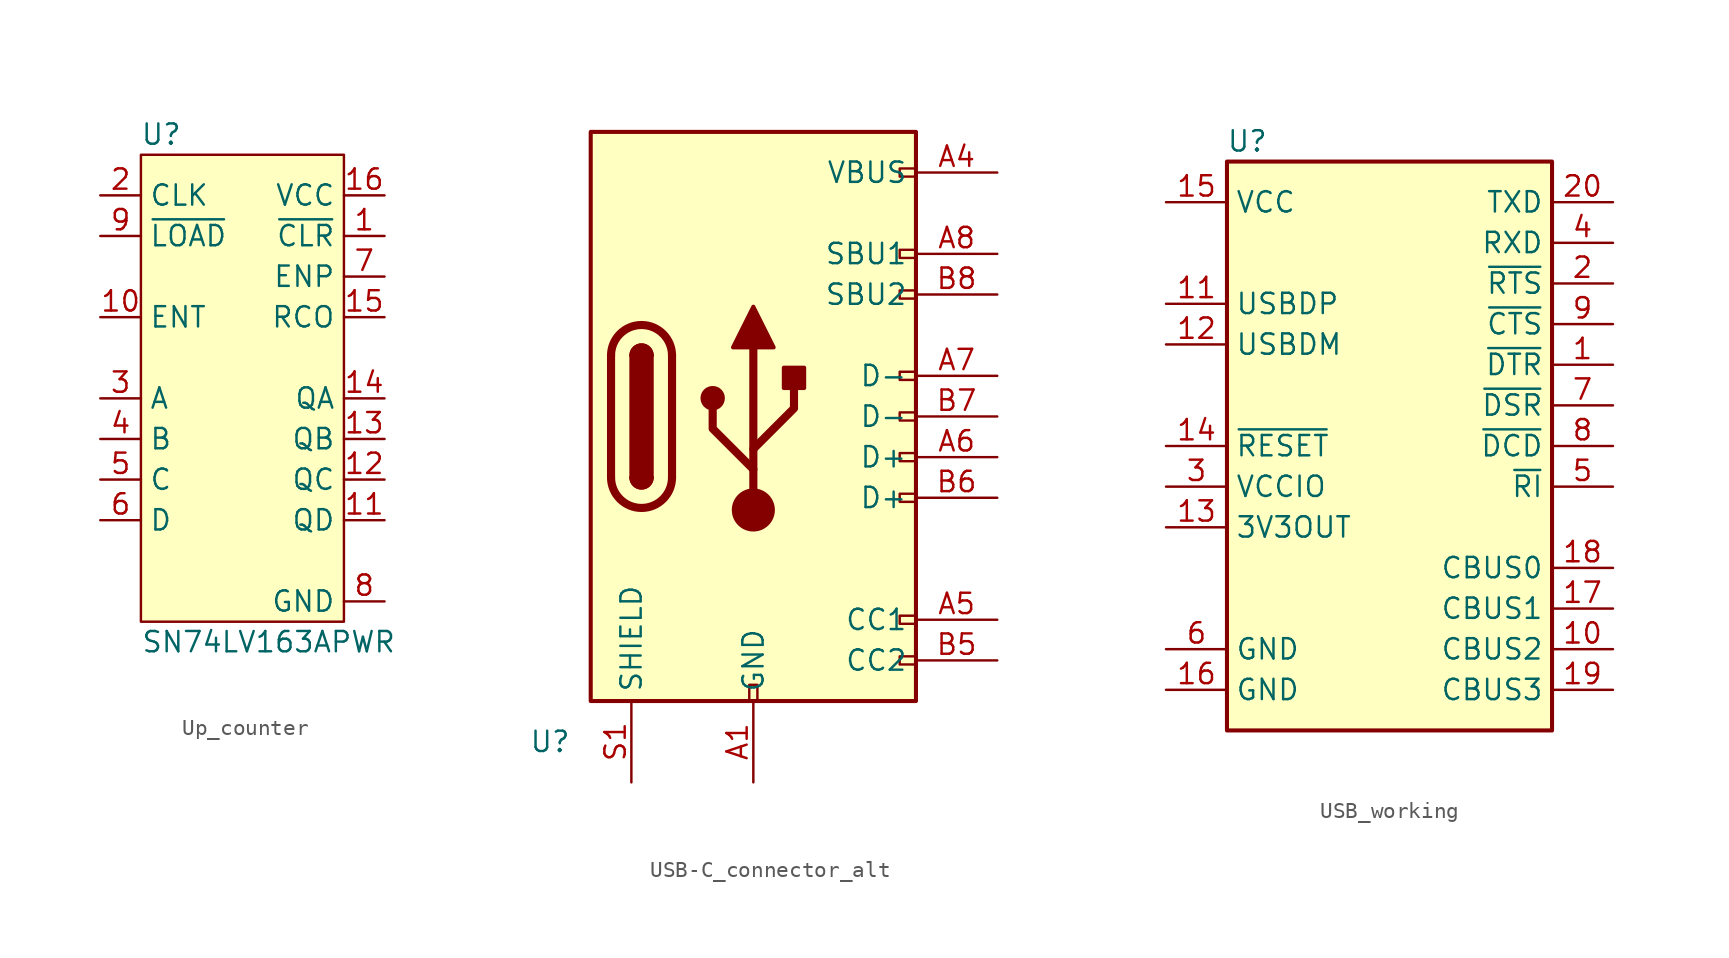
<source format=kicad_sym>
(kicad_symbol_lib
  (version 20220914)
  (generator kicad_symbol_editor)
  (symbol "Up_counter"
    (property "Reference" "U"
      (at 1.27 30.48 0)
      (effects (font (size 1.27 1.27))))
    (property "Value" "SN74LV163APWR"
      (at 0 -1.27 0)
      (effects (font (size 1.27 1.27)) (justify left)))
    (symbol "Up_counter_1_1"
      (rectangle (start 0 29.21) (end 12.7 0) (stroke (width 0) (type default)) (fill (type background)))
      (pin input line (at 15.24 24.13 180) (length 2.54) (name "~{CLR}" (effects (font (size 1.27 1.27)))) (number "1" (effects (font (size 1.27 1.27)))))
      (pin input line (at -2.54 19.05 0) (length 2.54) (name "ENT" (effects (font (size 1.27 1.27)))) (number "10" (effects (font (size 1.27 1.27)))))
      (pin input line (at 15.24 6.35 180) (length 2.54) (name "QD" (effects (font (size 1.27 1.27)))) (number "11" (effects (font (size 1.27 1.27)))))
      (pin input line (at 15.24 8.89 180) (length 2.54) (name "QC" (effects (font (size 1.27 1.27)))) (number "12" (effects (font (size 1.27 1.27)))))
      (pin input line (at 15.24 11.43 180) (length 2.54) (name "QB" (effects (font (size 1.27 1.27)))) (number "13" (effects (font (size 1.27 1.27)))))
      (pin input line (at 15.24 13.97 180) (length 2.54) (name "QA" (effects (font (size 1.27 1.27)))) (number "14" (effects (font (size 1.27 1.27)))))
      (pin input line (at 15.24 19.05 180) (length 2.54) (name "RCO" (effects (font (size 1.27 1.27)))) (number "15" (effects (font (size 1.27 1.27)))))
      (pin input line (at 15.24 26.67 180) (length 2.54) (name "VCC" (effects (font (size 1.27 1.27)))) (number "16" (effects (font (size 1.27 1.27)))))
      (pin input line (at -2.54 26.67 0) (length 2.54) (name "CLK" (effects (font (size 1.27 1.27)))) (number "2" (effects (font (size 1.27 1.27)))))
      (pin input line (at -2.54 13.97 0) (length 2.54) (name "A" (effects (font (size 1.27 1.27)))) (number "3" (effects (font (size 1.27 1.27)))))
      (pin input line (at -2.54 11.43 0) (length 2.54) (name "B" (effects (font (size 1.27 1.27)))) (number "4" (effects (font (size 1.27 1.27)))))
      (pin input line (at -2.54 8.89 0) (length 2.54) (name "C" (effects (font (size 1.27 1.27)))) (number "5" (effects (font (size 1.27 1.27)))))
      (pin input line (at -2.54 6.35 0) (length 2.54) (name "D" (effects (font (size 1.27 1.27)))) (number "6" (effects (font (size 1.27 1.27)))))
      (pin input line (at 15.24 21.59 180) (length 2.54) (name "ENP" (effects (font (size 1.27 1.27)))) (number "7" (effects (font (size 1.27 1.27)))))
      (pin input line (at 15.24 1.27 180) (length 2.54) (name "GND" (effects (font (size 1.27 1.27)))) (number "8" (effects (font (size 1.27 1.27)))))
      (pin input line (at -2.54 24.13 0) (length 2.54) (name "~{LOAD}" (effects (font (size 1.27 1.27)))) (number "9" (effects (font (size 1.27 1.27)))))))
  (symbol "USB-C_connector_alt"
    (property "Reference" "U"
      (at -2.54 -2.54 0)
      (effects (font (size 1.27 1.27))))
    (property "Value" ""
      (at 0 0 0)
      (effects (font (size 1.27 1.27))))
    (symbol "USB-C_connector_alt_0_0"
      (rectangle (start 9.906 0) (end 10.414 1.016) (stroke (width 0) (type default)) (fill (type none)))
      (rectangle (start 20.32 2.794) (end 19.304 2.286) (stroke (width 0) (type default)) (fill (type none)))
      (rectangle (start 20.32 5.334) (end 19.304 4.826) (stroke (width 0) (type default)) (fill (type none)))
      (rectangle (start 20.32 12.954) (end 19.304 12.446) (stroke (width 0) (type default)) (fill (type none)))
      (rectangle (start 20.32 15.494) (end 19.304 14.986) (stroke (width 0) (type default)) (fill (type none)))
      (rectangle (start 20.32 18.034) (end 19.304 17.526) (stroke (width 0) (type default)) (fill (type none)))
      (rectangle (start 20.32 20.574) (end 19.304 20.066) (stroke (width 0) (type default)) (fill (type none)))
      (rectangle (start 20.32 25.654) (end 19.304 25.146) (stroke (width 0) (type default)) (fill (type none)))
      (rectangle (start 20.32 28.194) (end 19.304 27.686) (stroke (width 0) (type default)) (fill (type none)))
      (rectangle (start 20.32 33.274) (end 19.304 32.766) (stroke (width 0) (type default)) (fill (type none))))
    (symbol "USB-C_connector_alt_0_1"
      (polyline (pts (xy 1.27 13.97) (xy 1.27 21.59)) (stroke (width 0.508) (type default)) (fill (type none)))
      (polyline (pts (xy 5.08 21.59) (xy 5.08 13.97)) (stroke (width 0.508) (type default)) (fill (type none)))
      (polyline (pts (xy 10.16 11.938) (xy 10.16 22.098)) (stroke (width 0.508) (type default)) (fill (type none)))
      (polyline (pts (xy 10.16 14.478) (xy 7.62 17.018) (xy 7.62 18.288)) (stroke (width 0.508) (type default)) (fill (type none)))
      (polyline (pts (xy 10.16 15.748) (xy 12.7 18.288) (xy 12.7 19.558)) (stroke (width 0.508) (type default)) (fill (type none)))
      (polyline (pts (xy 8.89 22.098) (xy 10.16 24.638) (xy 11.43 22.098) (xy 8.89 22.098)) (stroke (width 0.254) (type default)) (fill (type outline)))
      (rectangle (start 0 35.56) (end 20.32 0) (stroke (width 0.254) (type default)) (fill (type background)))
      (arc (start 1.27 13.97) (mid 3.175 12.0733) (end 5.08 13.97) (stroke (width 0.508) (type default)) (fill (type none)))
      (arc (start 2.54 13.97) (mid 3.175 13.3377) (end 3.81 13.97) (stroke (width 0.254) (type default)) (fill (type none)))
      (arc (start 2.54 13.97) (mid 3.175 13.3377) (end 3.81 13.97) (stroke (width 0.254) (type default)) (fill (type outline)))
      (rectangle (start 2.54 13.97) (end 3.81 21.59) (stroke (width 0.254) (type default)) (fill (type outline)))
      (arc (start 3.81 21.59) (mid 3.175 22.2223) (end 2.54 21.59) (stroke (width 0.254) (type default)) (fill (type none)))
      (arc (start 3.81 21.59) (mid 3.175 22.2223) (end 2.54 21.59) (stroke (width 0.254) (type default)) (fill (type outline)))
      (arc (start 5.08 21.59) (mid 3.175 23.4867) (end 1.27 21.59) (stroke (width 0.508) (type default)) (fill (type none)))
      (circle (center 7.62 18.923) (radius 0.635) (stroke (width 0.254) (type default)) (fill (type outline)))
      (circle (center 10.16 11.938) (radius 1.27) (stroke (width 0) (type default)) (fill (type outline)))
      (rectangle (start 12.065 19.558) (end 13.335 20.828) (stroke (width 0.254) (type default)) (fill (type outline))))
    (symbol "USB-C_connector_alt_1_1"
      (pin passive line (at 10.16 -5.08 90) (length 5.08) (name "GND" (effects (font (size 1.27 1.27)))) (number "A1" (effects (font (size 1.27 1.27)))))
      (pin passive line (at 10.16 -5.08 90) (length 5.08) hide (name "GND" (effects (font (size 1.27 1.27)))) (number "A12" (effects (font (size 1.27 1.27)))))
      (pin passive line (at 25.4 33.02 180) (length 5.08) (name "VBUS" (effects (font (size 1.27 1.27)))) (number "A4" (effects (font (size 1.27 1.27)))))
      (pin bidirectional line (at 25.4 5.08 180) (length 5.08) (name "CC1" (effects (font (size 1.27 1.27)))) (number "A5" (effects (font (size 1.27 1.27)))))
      (pin bidirectional line (at 25.4 15.24 180) (length 5.08) (name "D+" (effects (font (size 1.27 1.27)))) (number "A6" (effects (font (size 1.27 1.27)))))
      (pin bidirectional line (at 25.4 20.32 180) (length 5.08) (name "D-" (effects (font (size 1.27 1.27)))) (number "A7" (effects (font (size 1.27 1.27)))))
      (pin bidirectional line (at 25.4 27.94 180) (length 5.08) (name "SBU1" (effects (font (size 1.27 1.27)))) (number "A8" (effects (font (size 1.27 1.27)))))
      (pin passive line (at 25.4 33.02 180) (length 5.08) hide (name "VBUS" (effects (font (size 1.27 1.27)))) (number "A9" (effects (font (size 1.27 1.27)))))
      (pin passive line (at 10.16 -5.08 90) (length 5.08) hide (name "GND" (effects (font (size 1.27 1.27)))) (number "B1" (effects (font (size 1.27 1.27)))))
      (pin passive line (at 10.16 -5.08 90) (length 5.08) hide (name "GND" (effects (font (size 1.27 1.27)))) (number "B12" (effects (font (size 1.27 1.27)))))
      (pin passive line (at 25.4 33.02 180) (length 5.08) hide (name "VBUS" (effects (font (size 1.27 1.27)))) (number "B4" (effects (font (size 1.27 1.27)))))
      (pin bidirectional line (at 25.4 2.54 180) (length 5.08) (name "CC2" (effects (font (size 1.27 1.27)))) (number "B5" (effects (font (size 1.27 1.27)))))
      (pin bidirectional line (at 25.4 12.7 180) (length 5.08) (name "D+" (effects (font (size 1.27 1.27)))) (number "B6" (effects (font (size 1.27 1.27)))))
      (pin bidirectional line (at 25.4 17.78 180) (length 5.08) (name "D-" (effects (font (size 1.27 1.27)))) (number "B7" (effects (font (size 1.27 1.27)))))
      (pin bidirectional line (at 25.4 25.4 180) (length 5.08) (name "SBU2" (effects (font (size 1.27 1.27)))) (number "B8" (effects (font (size 1.27 1.27)))))
      (pin passive line (at 25.4 33.02 180) (length 5.08) hide (name "VBUS" (effects (font (size 1.27 1.27)))) (number "B9" (effects (font (size 1.27 1.27)))))
      (pin passive line (at 2.54 -5.08 90) (length 5.08) (name "SHIELD" (effects (font (size 1.27 1.27)))) (number "S1" (effects (font (size 1.27 1.27)))))))
  (symbol "USB_working"
    (property "Reference" "U"
      (at 1.27 36.83 0)
      (effects (font (size 1.27 1.27))))
    (property "Value" ""
      (at 0 0 0)
      (effects (font (size 1.27 1.27))))
    (symbol "USB_working_0_1"
      (rectangle (start 0 35.56) (end 20.32 0) (stroke (width 0.254) (type default)) (fill (type background))))
    (symbol "USB_working_1_1"
      (pin output line (at 24.13 22.86 180) (length 3.81) (name "~{DTR}" (effects (font (size 1.27 1.27)))) (number "1" (effects (font (size 1.27 1.27)))))
      (pin bidirectional line (at 24.13 5.08 180) (length 3.81) (name "CBUS2" (effects (font (size 1.27 1.27)))) (number "10" (effects (font (size 1.27 1.27)))))
      (pin bidirectional line (at -3.81 26.67 0) (length 3.81) (name "USBDP" (effects (font (size 1.27 1.27)))) (number "11" (effects (font (size 1.27 1.27)))))
      (pin bidirectional line (at -3.81 24.13 0) (length 3.81) (name "USBDM" (effects (font (size 1.27 1.27)))) (number "12" (effects (font (size 1.27 1.27)))))
      (pin power_out line (at -3.81 12.7 0) (length 3.81) (name "3V3OUT" (effects (font (size 1.27 1.27)))) (number "13" (effects (font (size 1.27 1.27)))))
      (pin input line (at -3.81 17.78 0) (length 3.81) (name "~{RESET}" (effects (font (size 1.27 1.27)))) (number "14" (effects (font (size 1.27 1.27)))))
      (pin power_in line (at -3.81 33.02 0) (length 3.81) (name "VCC" (effects (font (size 1.27 1.27)))) (number "15" (effects (font (size 1.27 1.27)))))
      (pin power_in line (at -3.81 2.54 0) (length 3.81) (name "GND" (effects (font (size 1.27 1.27)))) (number "16" (effects (font (size 1.27 1.27)))))
      (pin bidirectional line (at 24.13 7.62 180) (length 3.81) (name "CBUS1" (effects (font (size 1.27 1.27)))) (number "17" (effects (font (size 1.27 1.27)))))
      (pin bidirectional line (at 24.13 10.16 180) (length 3.81) (name "CBUS0" (effects (font (size 1.27 1.27)))) (number "18" (effects (font (size 1.27 1.27)))))
      (pin bidirectional line (at 24.13 2.54 180) (length 3.81) (name "CBUS3" (effects (font (size 1.27 1.27)))) (number "19" (effects (font (size 1.27 1.27)))))
      (pin output line (at 24.13 27.94 180) (length 3.81) (name "~{RTS}" (effects (font (size 1.27 1.27)))) (number "2" (effects (font (size 1.27 1.27)))))
      (pin output line (at 24.13 33.02 180) (length 3.81) (name "TXD" (effects (font (size 1.27 1.27)))) (number "20" (effects (font (size 1.27 1.27)))))
      (pin power_in line (at -3.81 15.24 0) (length 3.81) (name "VCCIO" (effects (font (size 1.27 1.27)))) (number "3" (effects (font (size 1.27 1.27)))))
      (pin input line (at 24.13 30.48 180) (length 3.81) (name "RXD" (effects (font (size 1.27 1.27)))) (number "4" (effects (font (size 1.27 1.27)))))
      (pin input line (at 24.13 15.24 180) (length 3.81) (name "~{RI}" (effects (font (size 1.27 1.27)))) (number "5" (effects (font (size 1.27 1.27)))))
      (pin power_in line (at -3.81 5.08 0) (length 3.81) (name "GND" (effects (font (size 1.27 1.27)))) (number "6" (effects (font (size 1.27 1.27)))))
      (pin input line (at 24.13 20.32 180) (length 3.81) (name "~{DSR}" (effects (font (size 1.27 1.27)))) (number "7" (effects (font (size 1.27 1.27)))))
      (pin input line (at 24.13 17.78 180) (length 3.81) (name "~{DCD}" (effects (font (size 1.27 1.27)))) (number "8" (effects (font (size 1.27 1.27)))))
      (pin input line (at 24.13 25.4 180) (length 3.81) (name "~{CTS}" (effects (font (size 1.27 1.27)))) (number "9" (effects (font (size 1.27 1.27))))))))
</source>
